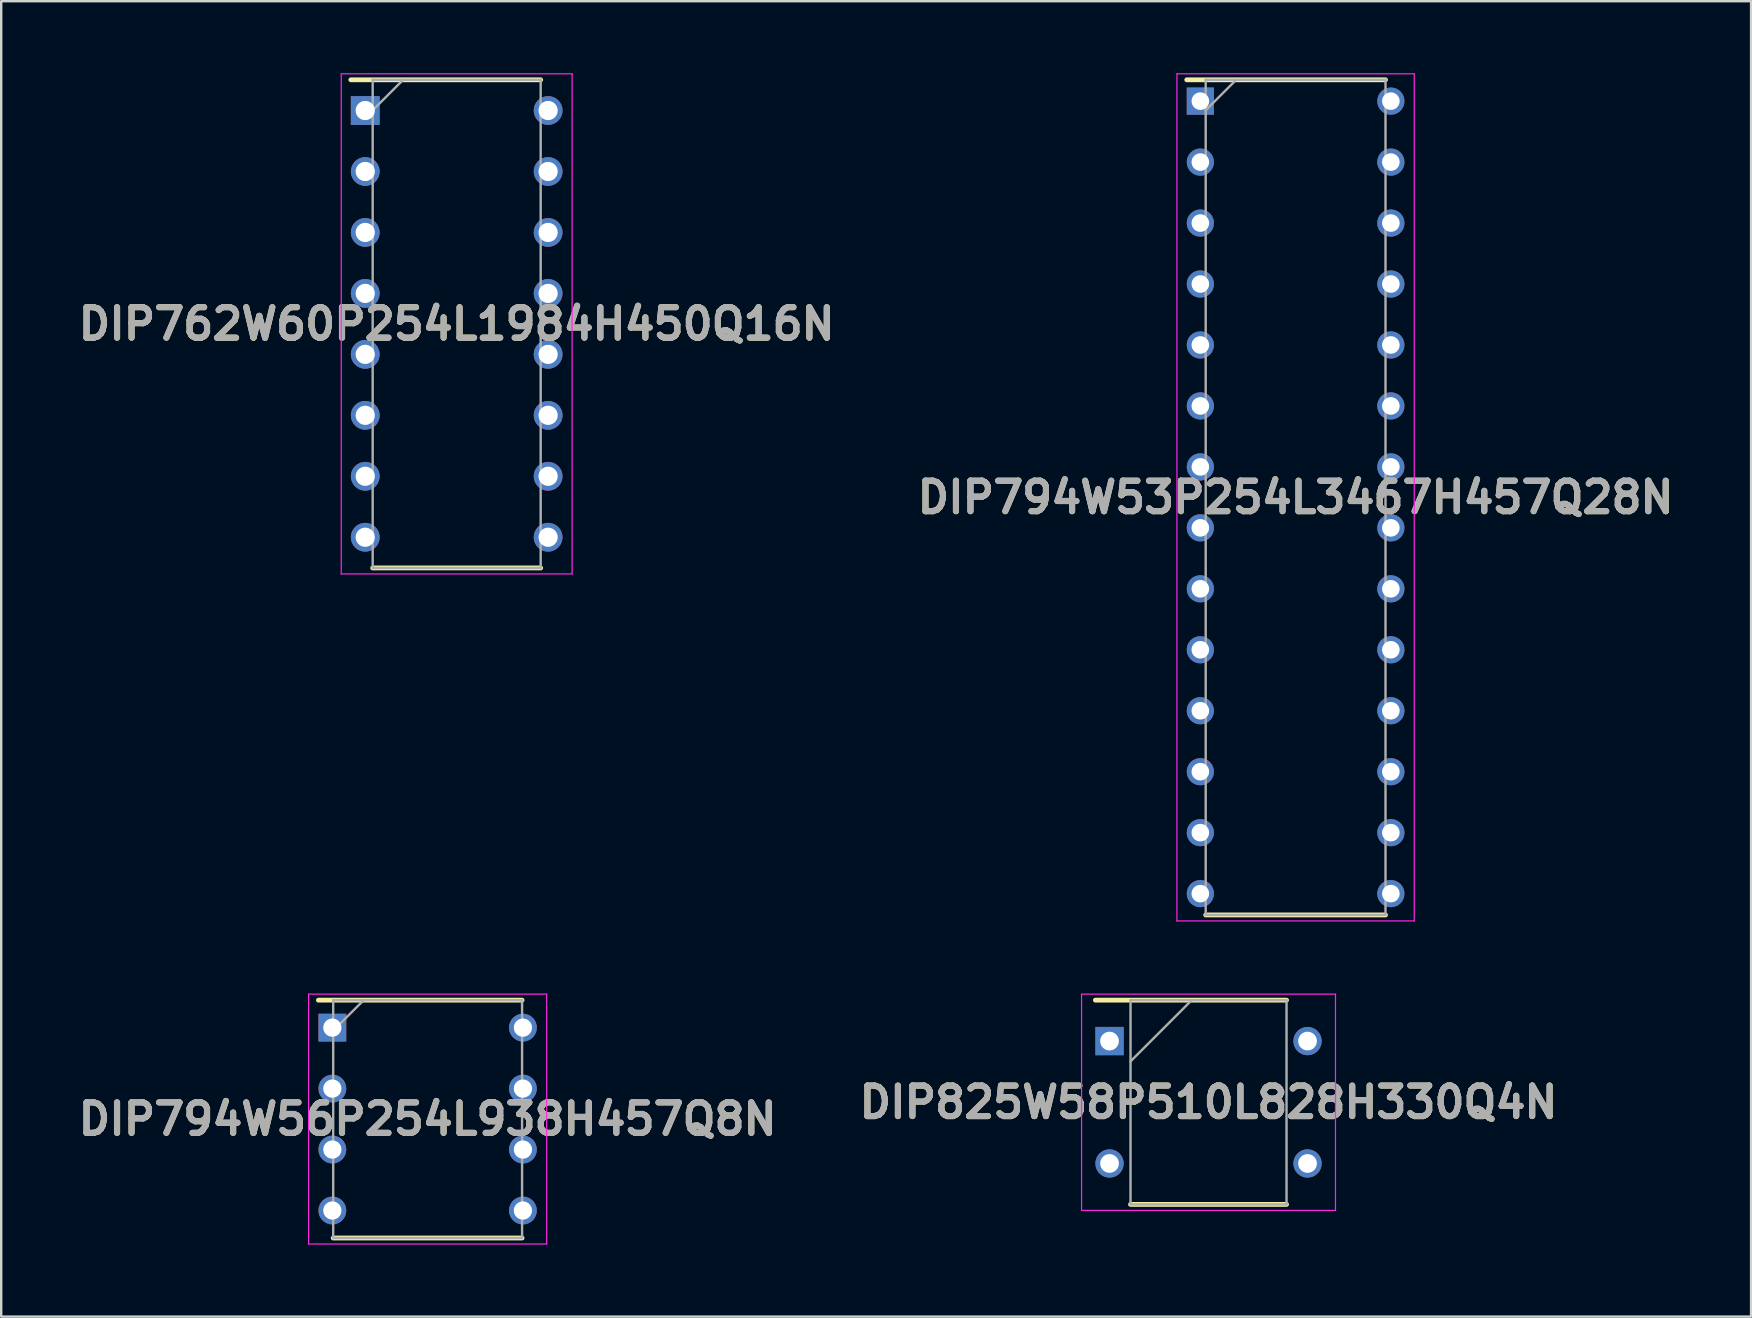
<source format=kicad_pcb>
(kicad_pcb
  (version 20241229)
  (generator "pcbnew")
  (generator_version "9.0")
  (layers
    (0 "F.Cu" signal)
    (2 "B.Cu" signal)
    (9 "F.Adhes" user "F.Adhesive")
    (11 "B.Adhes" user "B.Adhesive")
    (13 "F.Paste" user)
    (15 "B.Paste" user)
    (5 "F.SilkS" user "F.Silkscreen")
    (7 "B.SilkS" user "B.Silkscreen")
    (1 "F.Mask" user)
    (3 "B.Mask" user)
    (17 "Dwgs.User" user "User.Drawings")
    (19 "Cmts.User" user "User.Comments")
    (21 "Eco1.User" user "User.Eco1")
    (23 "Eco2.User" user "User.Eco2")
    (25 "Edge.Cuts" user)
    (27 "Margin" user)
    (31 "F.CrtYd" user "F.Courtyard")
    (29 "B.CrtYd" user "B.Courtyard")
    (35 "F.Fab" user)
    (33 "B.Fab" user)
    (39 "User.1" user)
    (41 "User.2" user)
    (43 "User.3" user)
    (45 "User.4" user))
  (footprint "DIP825W58P510L828H330Q4N"
    (layer "F.Cu")
    (at 47.305 42.878)
    (property "Reference" "DIP825W58P510L828H330Q4N" (at 0 0 0) (layer "F.SilkS") (effects (font (size 1.27 1.27) (thickness 0.254))))
    (attr through_hole)
    (fp_line (start -4.715 -4.255) (end 3.25 -4.255) (stroke (width 0.2) (type solid)) (layer "F.SilkS"))
    (fp_line (start -3.25 4.255) (end 3.25 4.255) (stroke (width 0.2) (type solid)) (layer "F.SilkS"))
    (fp_line (start -5.29 -4.505) (end 5.29 -4.505) (stroke (width 0.05) (type solid)) (layer "F.CrtYd"))
    (fp_line (start -5.29 4.505) (end -5.29 -4.505) (stroke (width 0.05) (type solid)) (layer "F.CrtYd"))
    (fp_line (start 5.29 -4.505) (end 5.29 4.505) (stroke (width 0.05) (type solid)) (layer "F.CrtYd"))
    (fp_line (start 5.29 4.505) (end -5.29 4.505) (stroke (width 0.05) (type solid)) (layer "F.CrtYd"))
    (fp_line (start -3.25 -4.255) (end 3.25 -4.255) (stroke (width 0.1) (type solid)) (layer "F.Fab"))
    (fp_line (start -3.25 -1.705) (end -0.7 -4.255) (stroke (width 0.1) (type solid)) (layer "F.Fab"))
    (fp_line (start -3.25 4.255) (end -3.25 -4.255) (stroke (width 0.1) (type solid)) (layer "F.Fab"))
    (fp_line (start 3.25 -4.255) (end 3.25 4.255) (stroke (width 0.1) (type solid)) (layer "F.Fab"))
    (fp_line (start 3.25 4.255) (end -3.25 4.255) (stroke (width 0.1) (type solid)) (layer "F.Fab"))
    (fp_text user "${REFERENCE}" (at 0 0 0) (layer "F.Fab") (effects (font (size 1.27 1.27) (thickness 0.254))))
    (pad "1" thru_hole rect (at -4.125 -2.55) (size 1.18 1.18) (drill 0.78) (layers "*.Cu" "*.Mask"))
    (pad "2" thru_hole circle (at -4.125 2.55) (size 1.18 1.18) (drill 0.78) (layers "*.Cu" "*.Mask"))
    (pad "3" thru_hole circle (at 4.125 2.55) (size 1.18 1.18) (drill 0.78) (layers "*.Cu" "*.Mask"))
    (pad "4" thru_hole circle (at 4.125 -2.55) (size 1.18 1.18) (drill 0.78) (layers "*.Cu" "*.Mask")))
  (footprint "DIP794W53P254L3467H457Q28N"
    (layer "F.Cu")
    (at 50.933 17.674)
    (property "Reference" "DIP794W53P254L3467H457Q28N" (at 0 0 0) (layer "F.SilkS") (effects (font (size 1.27 1.27) (thickness 0.254))))
    (attr through_hole)
    (fp_line (start -4.535 -17.399) (end 3.746 -17.399) (stroke (width 0.2) (type solid)) (layer "F.SilkS"))
    (fp_line (start -3.746 17.399) (end 3.746 17.399) (stroke (width 0.2) (type solid)) (layer "F.SilkS"))
    (fp_line (start -4.944 -17.649) (end 4.944 -17.649) (stroke (width 0.05) (type solid)) (layer "F.CrtYd"))
    (fp_line (start -4.944 17.649) (end -4.944 -17.649) (stroke (width 0.05) (type solid)) (layer "F.CrtYd"))
    (fp_line (start 4.944 -17.649) (end 4.944 17.649) (stroke (width 0.05) (type solid)) (layer "F.CrtYd"))
    (fp_line (start 4.944 17.649) (end -4.944 17.649) (stroke (width 0.05) (type solid)) (layer "F.CrtYd"))
    (fp_line (start -3.746 -17.399) (end 3.746 -17.399) (stroke (width 0.1) (type solid)) (layer "F.Fab"))
    (fp_line (start -3.746 -16.129) (end -2.476 -17.399) (stroke (width 0.1) (type solid)) (layer "F.Fab"))
    (fp_line (start -3.746 17.399) (end -3.746 -17.399) (stroke (width 0.1) (type solid)) (layer "F.Fab"))
    (fp_line (start 3.746 -17.399) (end 3.746 17.399) (stroke (width 0.1) (type solid)) (layer "F.Fab"))
    (fp_line (start 3.746 17.399) (end -3.746 17.399) (stroke (width 0.1) (type solid)) (layer "F.Fab"))
    (fp_text user "${REFERENCE}" (at 0 0 0) (layer "F.Fab") (effects (font (size 1.27 1.27) (thickness 0.254))))
    (pad "1" thru_hole rect (at -3.969 -16.51) (size 1.133 1.133) (drill 0.733) (layers "*.Cu" "*.Mask"))
    (pad "2" thru_hole circle (at -3.969 -13.97) (size 1.133 1.133) (drill 0.733) (layers "*.Cu" "*.Mask"))
    (pad "3" thru_hole circle (at -3.969 -11.43) (size 1.133 1.133) (drill 0.733) (layers "*.Cu" "*.Mask"))
    (pad "4" thru_hole circle (at -3.969 -8.89) (size 1.133 1.133) (drill 0.733) (layers "*.Cu" "*.Mask"))
    (pad "5" thru_hole circle (at -3.969 -6.35) (size 1.133 1.133) (drill 0.733) (layers "*.Cu" "*.Mask"))
    (pad "6" thru_hole circle (at -3.969 -3.81) (size 1.133 1.133) (drill 0.733) (layers "*.Cu" "*.Mask"))
    (pad "7" thru_hole circle (at -3.969 -1.27) (size 1.133 1.133) (drill 0.733) (layers "*.Cu" "*.Mask"))
    (pad "8" thru_hole circle (at -3.969 1.27) (size 1.133 1.133) (drill 0.733) (layers "*.Cu" "*.Mask"))
    (pad "9" thru_hole circle (at -3.969 3.81) (size 1.133 1.133) (drill 0.733) (layers "*.Cu" "*.Mask"))
    (pad "10" thru_hole circle (at -3.969 6.35) (size 1.133 1.133) (drill 0.733) (layers "*.Cu" "*.Mask"))
    (pad "11" thru_hole circle (at -3.969 8.89) (size 1.133 1.133) (drill 0.733) (layers "*.Cu" "*.Mask"))
    (pad "12" thru_hole circle (at -3.969 11.43) (size 1.133 1.133) (drill 0.733) (layers "*.Cu" "*.Mask"))
    (pad "13" thru_hole circle (at -3.969 13.97) (size 1.133 1.133) (drill 0.733) (layers "*.Cu" "*.Mask"))
    (pad "14" thru_hole circle (at -3.969 16.51) (size 1.133 1.133) (drill 0.733) (layers "*.Cu" "*.Mask"))
    (pad "15" thru_hole circle (at 3.969 16.51) (size 1.133 1.133) (drill 0.733) (layers "*.Cu" "*.Mask"))
    (pad "16" thru_hole circle (at 3.969 13.97) (size 1.133 1.133) (drill 0.733) (layers "*.Cu" "*.Mask"))
    (pad "17" thru_hole circle (at 3.969 11.43) (size 1.133 1.133) (drill 0.733) (layers "*.Cu" "*.Mask"))
    (pad "18" thru_hole circle (at 3.969 8.89) (size 1.133 1.133) (drill 0.733) (layers "*.Cu" "*.Mask"))
    (pad "19" thru_hole circle (at 3.969 6.35) (size 1.133 1.133) (drill 0.733) (layers "*.Cu" "*.Mask"))
    (pad "20" thru_hole circle (at 3.969 3.81) (size 1.133 1.133) (drill 0.733) (layers "*.Cu" "*.Mask"))
    (pad "21" thru_hole circle (at 3.969 1.27) (size 1.133 1.133) (drill 0.733) (layers "*.Cu" "*.Mask"))
    (pad "22" thru_hole circle (at 3.969 -1.27) (size 1.133 1.133) (drill 0.733) (layers "*.Cu" "*.Mask"))
    (pad "23" thru_hole circle (at 3.969 -3.81) (size 1.133 1.133) (drill 0.733) (layers "*.Cu" "*.Mask"))
    (pad "24" thru_hole circle (at 3.969 -6.35) (size 1.133 1.133) (drill 0.733) (layers "*.Cu" "*.Mask"))
    (pad "25" thru_hole circle (at 3.969 -8.89) (size 1.133 1.133) (drill 0.733) (layers "*.Cu" "*.Mask"))
    (pad "26" thru_hole circle (at 3.969 -11.43) (size 1.133 1.133) (drill 0.733) (layers "*.Cu" "*.Mask"))
    (pad "27" thru_hole circle (at 3.969 -13.97) (size 1.133 1.133) (drill 0.733) (layers "*.Cu" "*.Mask"))
    (pad "28" thru_hole circle (at 3.969 -16.51) (size 1.133 1.133) (drill 0.733) (layers "*.Cu" "*.Mask")))
  (footprint "DIP794W56P254L938H457Q8N"
    (layer "F.Cu")
    (at 14.768 43.578)
    (property "Reference" "DIP794W56P254L938H457Q8N" (at 0 0 0) (layer "F.SilkS") (effects (font (size 1.27 1.27) (thickness 0.254))))
    (attr through_hole)
    (fp_line (start -4.55 -4.955) (end 3.935 -4.955) (stroke (width 0.2) (type solid)) (layer "F.SilkS"))
    (fp_line (start -3.935 4.955) (end 3.935 4.955) (stroke (width 0.2) (type solid)) (layer "F.SilkS"))
    (fp_line (start -4.96 -5.205) (end 4.96 -5.205) (stroke (width 0.05) (type solid)) (layer "F.CrtYd"))
    (fp_line (start -4.96 5.205) (end -4.96 -5.205) (stroke (width 0.05) (type solid)) (layer "F.CrtYd"))
    (fp_line (start 4.96 -5.205) (end 4.96 5.205) (stroke (width 0.05) (type solid)) (layer "F.CrtYd"))
    (fp_line (start 4.96 5.205) (end -4.96 5.205) (stroke (width 0.05) (type solid)) (layer "F.CrtYd"))
    (fp_line (start -3.935 -4.955) (end 3.935 -4.955) (stroke (width 0.1) (type solid)) (layer "F.Fab"))
    (fp_line (start -3.935 -3.685) (end -2.665 -4.955) (stroke (width 0.1) (type solid)) (layer "F.Fab"))
    (fp_line (start -3.935 4.955) (end -3.935 -4.955) (stroke (width 0.1) (type solid)) (layer "F.Fab"))
    (fp_line (start 3.935 -4.955) (end 3.935 4.955) (stroke (width 0.1) (type solid)) (layer "F.Fab"))
    (fp_line (start 3.935 4.955) (end -3.935 4.955) (stroke (width 0.1) (type solid)) (layer "F.Fab"))
    (fp_text user "${REFERENCE}" (at 0 0 0) (layer "F.Fab") (effects (font (size 1.27 1.27) (thickness 0.254))))
    (pad "1" thru_hole rect (at -3.97 -3.81) (size 1.16 1.16) (drill 0.76) (layers "*.Cu" "*.Mask"))
    (pad "2" thru_hole circle (at -3.97 -1.27) (size 1.16 1.16) (drill 0.76) (layers "*.Cu" "*.Mask"))
    (pad "3" thru_hole circle (at -3.97 1.27) (size 1.16 1.16) (drill 0.76) (layers "*.Cu" "*.Mask"))
    (pad "4" thru_hole circle (at -3.97 3.81) (size 1.16 1.16) (drill 0.76) (layers "*.Cu" "*.Mask"))
    (pad "5" thru_hole circle (at 3.97 3.81) (size 1.16 1.16) (drill 0.76) (layers "*.Cu" "*.Mask"))
    (pad "6" thru_hole circle (at 3.97 1.27) (size 1.16 1.16) (drill 0.76) (layers "*.Cu" "*.Mask"))
    (pad "7" thru_hole circle (at 3.97 -1.27) (size 1.16 1.16) (drill 0.76) (layers "*.Cu" "*.Mask"))
    (pad "8" thru_hole circle (at 3.97 -3.81) (size 1.16 1.16) (drill 0.76) (layers "*.Cu" "*.Mask")))
  (footprint "DIP762W60P254L1984H450Q16N"
    (layer "F.Cu")
    (at 15.978 10.445)
    (property "Reference" "DIP762W60P254L1984H450Q16N" (at 0 0 0) (layer "F.SilkS") (effects (font (size 1.27 1.27) (thickness 0.254))))
    (attr through_hole)
    (fp_line (start -4.41 -10.17) (end 3.5 -10.17) (stroke (width 0.2) (type solid)) (layer "F.SilkS"))
    (fp_line (start -3.5 10.17) (end 3.5 10.17) (stroke (width 0.2) (type solid)) (layer "F.SilkS"))
    (fp_line (start -4.81 -10.42) (end 4.81 -10.42) (stroke (width 0.05) (type solid)) (layer "F.CrtYd"))
    (fp_line (start -4.81 10.42) (end -4.81 -10.42) (stroke (width 0.05) (type solid)) (layer "F.CrtYd"))
    (fp_line (start 4.81 -10.42) (end 4.81 10.42) (stroke (width 0.05) (type solid)) (layer "F.CrtYd"))
    (fp_line (start 4.81 10.42) (end -4.81 10.42) (stroke (width 0.05) (type solid)) (layer "F.CrtYd"))
    (fp_line (start -3.5 -10.17) (end 3.5 -10.17) (stroke (width 0.1) (type solid)) (layer "F.Fab"))
    (fp_line (start -3.5 -8.9) (end -2.23 -10.17) (stroke (width 0.1) (type solid)) (layer "F.Fab"))
    (fp_line (start -3.5 10.17) (end -3.5 -10.17) (stroke (width 0.1) (type solid)) (layer "F.Fab"))
    (fp_line (start 3.5 -10.17) (end 3.5 10.17) (stroke (width 0.1) (type solid)) (layer "F.Fab"))
    (fp_line (start 3.5 10.17) (end -3.5 10.17) (stroke (width 0.1) (type solid)) (layer "F.Fab"))
    (fp_text user "${REFERENCE}" (at 0 0 0) (layer "F.Fab") (effects (font (size 1.27 1.27) (thickness 0.254))))
    (pad "1" thru_hole rect (at -3.81 -8.89) (size 1.2 1.2) (drill 0.8) (layers "*.Cu" "*.Mask"))
    (pad "2" thru_hole circle (at -3.81 -6.35) (size 1.2 1.2) (drill 0.8) (layers "*.Cu" "*.Mask"))
    (pad "3" thru_hole circle (at -3.81 -3.81) (size 1.2 1.2) (drill 0.8) (layers "*.Cu" "*.Mask"))
    (pad "4" thru_hole circle (at -3.81 -1.27) (size 1.2 1.2) (drill 0.8) (layers "*.Cu" "*.Mask"))
    (pad "5" thru_hole circle (at -3.81 1.27) (size 1.2 1.2) (drill 0.8) (layers "*.Cu" "*.Mask"))
    (pad "6" thru_hole circle (at -3.81 3.81) (size 1.2 1.2) (drill 0.8) (layers "*.Cu" "*.Mask"))
    (pad "7" thru_hole circle (at -3.81 6.35) (size 1.2 1.2) (drill 0.8) (layers "*.Cu" "*.Mask"))
    (pad "8" thru_hole circle (at -3.81 8.89) (size 1.2 1.2) (drill 0.8) (layers "*.Cu" "*.Mask"))
    (pad "9" thru_hole circle (at 3.81 8.89) (size 1.2 1.2) (drill 0.8) (layers "*.Cu" "*.Mask"))
    (pad "10" thru_hole circle (at 3.81 6.35) (size 1.2 1.2) (drill 0.8) (layers "*.Cu" "*.Mask"))
    (pad "11" thru_hole circle (at 3.81 3.81) (size 1.2 1.2) (drill 0.8) (layers "*.Cu" "*.Mask"))
    (pad "12" thru_hole circle (at 3.81 1.27) (size 1.2 1.2) (drill 0.8) (layers "*.Cu" "*.Mask"))
    (pad "13" thru_hole circle (at 3.81 -1.27) (size 1.2 1.2) (drill 0.8) (layers "*.Cu" "*.Mask"))
    (pad "14" thru_hole circle (at 3.81 -3.81) (size 1.2 1.2) (drill 0.8) (layers "*.Cu" "*.Mask"))
    (pad "15" thru_hole circle (at 3.81 -6.35) (size 1.2 1.2) (drill 0.8) (layers "*.Cu" "*.Mask"))
    (pad "16" thru_hole circle (at 3.81 -8.89) (size 1.2 1.2) (drill 0.8) (layers "*.Cu" "*.Mask")))
  (gr_rect
    (start -3 -3)
    (end 69.911 51.808)
    (stroke (width 0.1) (type default))
    (fill no)
    (layer "Edge.Cuts")))
</source>
